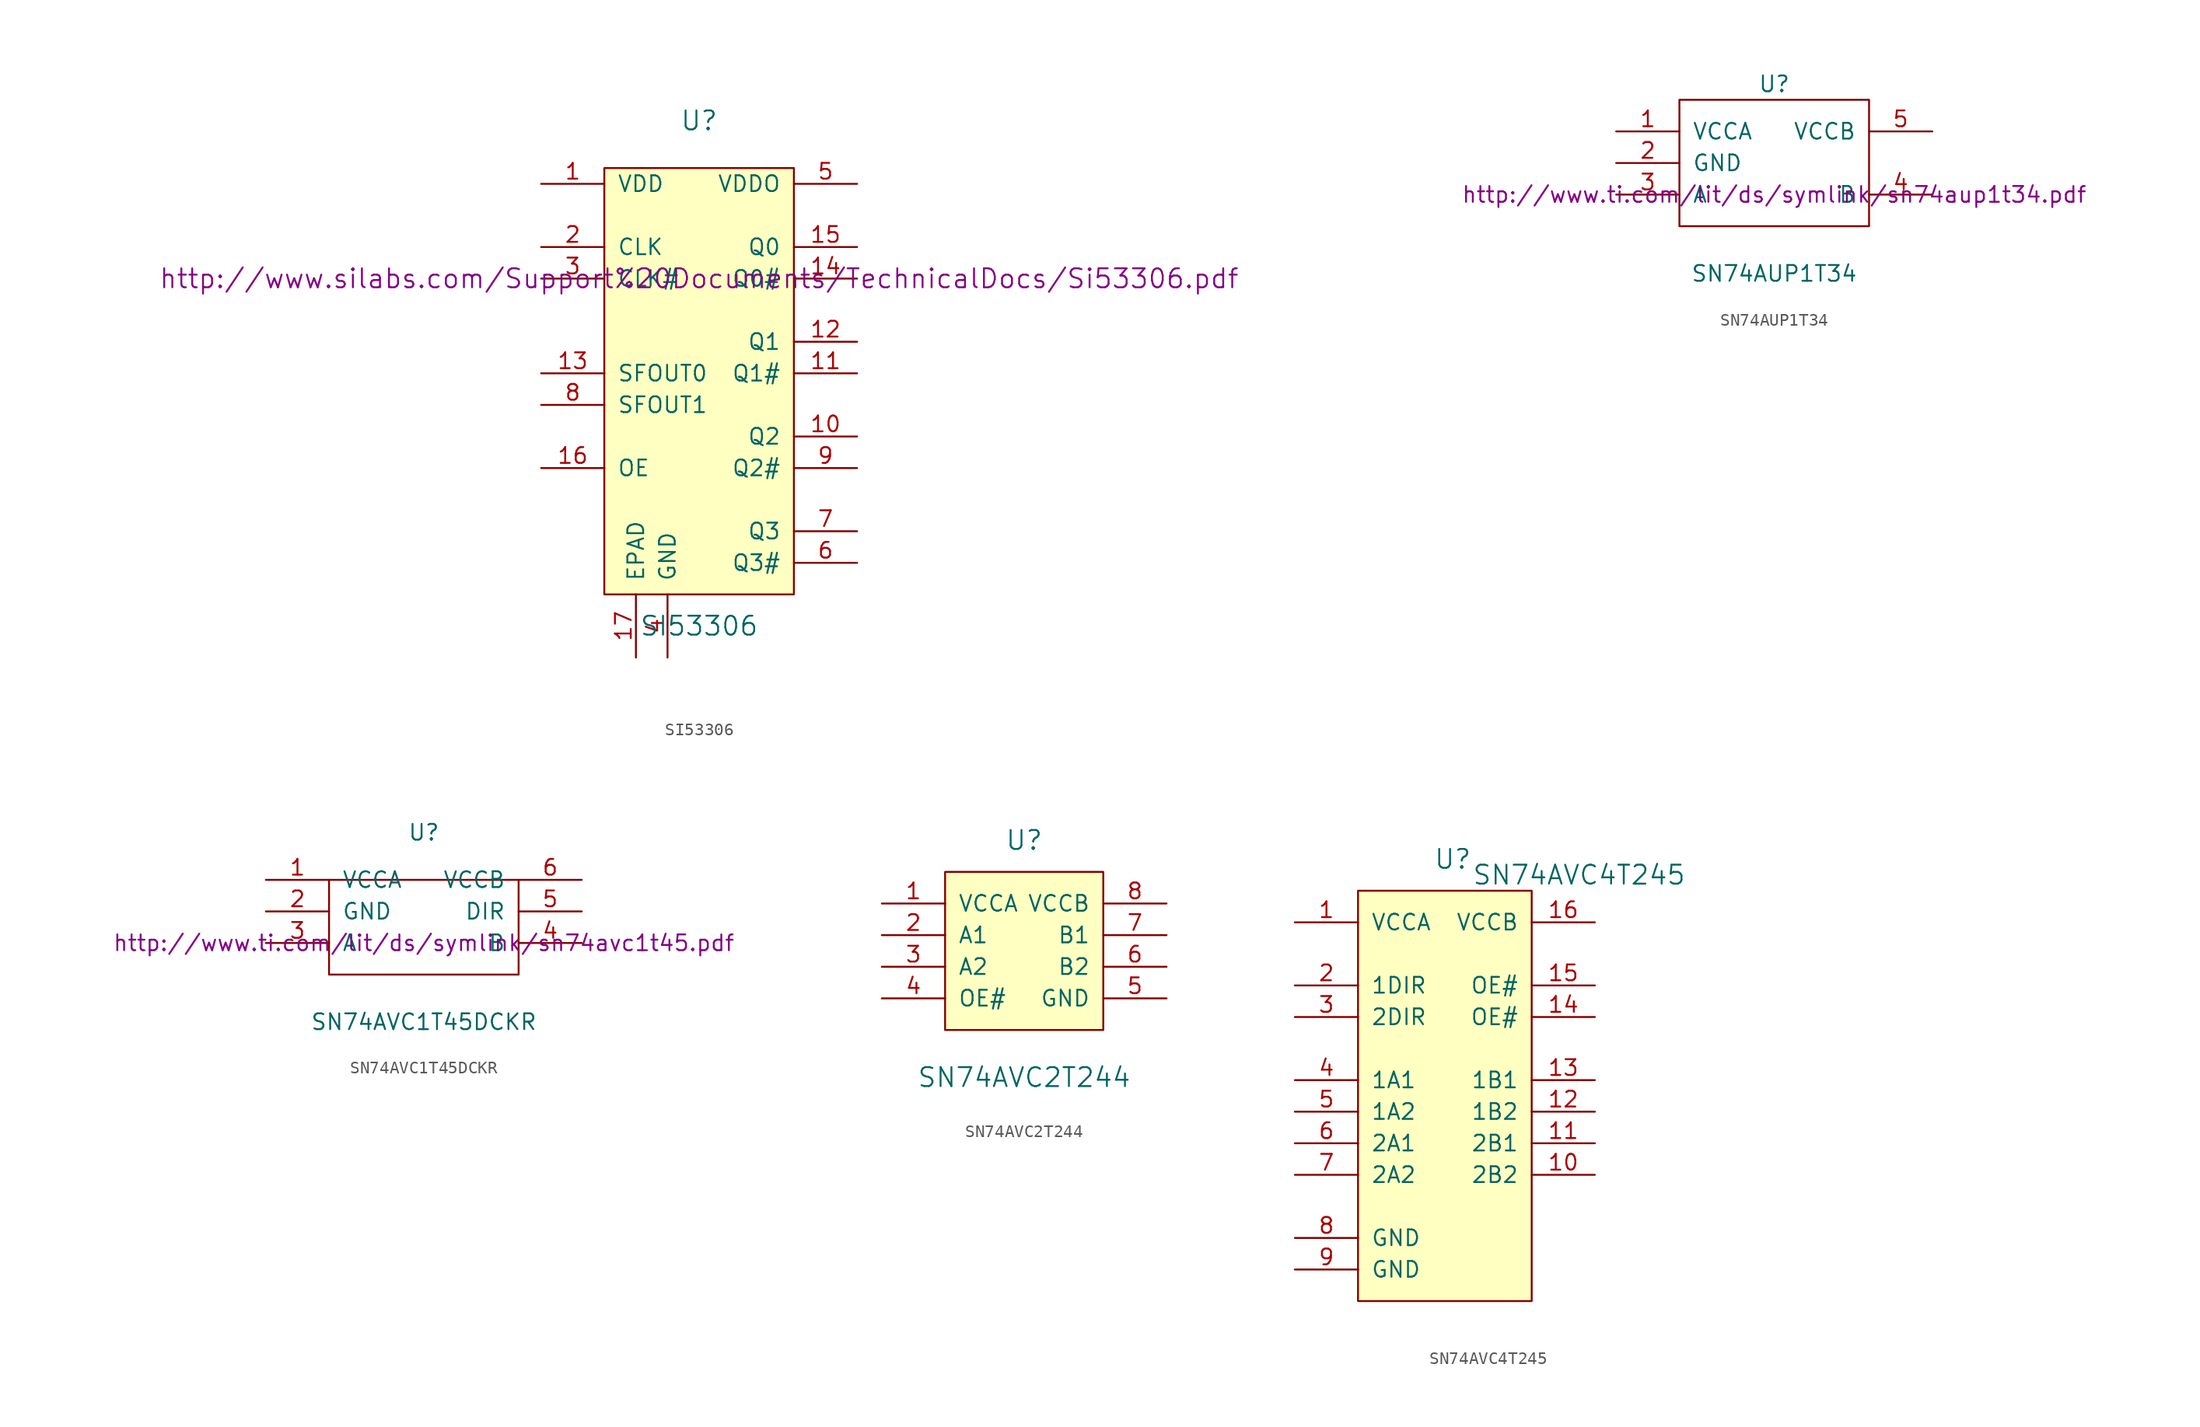
<source format=kicad_sym>
(kicad_symbol_lib
  (version 20201005)
  (generator kicad_symbol_editor)
  (symbol "voltage_translators:SI53306"
    (pin_names
      (offset 1.016))
    (property "Reference" "U"
      (at 0 22.86 0)
      (effects (font (size 1.524 1.524))))
    (property "Value" "SI53306"
      (at 0 -17.78 0)
      (effects (font (size 1.524 1.524))))
    (property "Footprint" ""
      (at 0 10.16 0)
      (effects (font (size 1.524 1.524))))
    (property "Datasheet" "http://www.silabs.com/Support%20Documents/TechnicalDocs/Si53306.pdf"
      (at 0 10.16 0)
      (effects (font (size 1.524 1.524))))
    (symbol "SI53306_0_1"
      (rectangle (start -7.62 19.05) (end 7.62 -15.24) (stroke (width 0)) (fill (type background))))
    (symbol "SI53306_1_1"
      (pin input line (at -12.7 17.78 0) (length 5.08) (name "VDD" (effects (font (size 1.27 1.27)))) (number "1" (effects (font (size 1.27 1.27)))))
      (pin input line (at 12.7 -2.54 180) (length 5.08) (name "Q2" (effects (font (size 1.27 1.27)))) (number "10" (effects (font (size 1.27 1.27)))))
      (pin input line (at 12.7 2.54 180) (length 5.08) (name "Q1#" (effects (font (size 1.27 1.27)))) (number "11" (effects (font (size 1.27 1.27)))))
      (pin input line (at 12.7 5.08 180) (length 5.08) (name "Q1" (effects (font (size 1.27 1.27)))) (number "12" (effects (font (size 1.27 1.27)))))
      (pin input line (at -12.7 2.54 0) (length 5.08) (name "SFOUT0" (effects (font (size 1.27 1.27)))) (number "13" (effects (font (size 1.27 1.27)))))
      (pin input line (at 12.7 10.16 180) (length 5.08) (name "Q0#" (effects (font (size 1.27 1.27)))) (number "14" (effects (font (size 1.27 1.27)))))
      (pin input line (at 12.7 12.7 180) (length 5.08) (name "Q0" (effects (font (size 1.27 1.27)))) (number "15" (effects (font (size 1.27 1.27)))))
      (pin input line (at -12.7 -5.08 0) (length 5.08) (name "OE" (effects (font (size 1.27 1.27)))) (number "16" (effects (font (size 1.27 1.27)))))
      (pin input line (at -5.08 -20.32 90) (length 5.08) (name "EPAD" (effects (font (size 1.27 1.27)))) (number "17" (effects (font (size 1.27 1.27)))))
      (pin input line (at -12.7 12.7 0) (length 5.08) (name "CLK" (effects (font (size 1.27 1.27)))) (number "2" (effects (font (size 1.27 1.27)))))
      (pin input line (at -12.7 10.16 0) (length 5.08) (name "CLK#" (effects (font (size 1.27 1.27)))) (number "3" (effects (font (size 1.27 1.27)))))
      (pin input line (at -2.54 -20.32 90) (length 5.08) (name "GND" (effects (font (size 1.27 1.27)))) (number "4" (effects (font (size 1.27 1.27)))))
      (pin input line (at 12.7 17.78 180) (length 5.08) (name "VDDO" (effects (font (size 1.27 1.27)))) (number "5" (effects (font (size 1.27 1.27)))))
      (pin input line (at 12.7 -12.7 180) (length 5.08) (name "Q3#" (effects (font (size 1.27 1.27)))) (number "6" (effects (font (size 1.27 1.27)))))
      (pin input line (at 12.7 -10.16 180) (length 5.08) (name "Q3" (effects (font (size 1.27 1.27)))) (number "7" (effects (font (size 1.27 1.27)))))
      (pin input line (at -12.7 0 0) (length 5.08) (name "SFOUT1" (effects (font (size 1.27 1.27)))) (number "8" (effects (font (size 1.27 1.27)))))
      (pin input line (at 12.7 -5.08 180) (length 5.08) (name "Q2#" (effects (font (size 1.27 1.27)))) (number "9" (effects (font (size 1.27 1.27)))))))
  (symbol "voltage_translators:SN74AUP1T34"
    (pin_names
      (offset 1.016))
    (property "Reference" "U"
      (at 0 6.35 0)
      (effects (font (size 1.27 1.27))))
    (property "Value" "SN74AUP1T34"
      (at 0 -8.89 0)
      (effects (font (size 1.27 1.27))))
    (property "Footprint" ""
      (at 0 -2.54 0)
      (effects (font (size 1.27 1.27))))
    (property "Datasheet" "http://www.ti.com/lit/ds/symlink/sn74aup1t34.pdf"
      (at 0 -2.54 0)
      (effects (font (size 1.27 1.27))))
    (symbol "SN74AUP1T34_0_1"
      (rectangle (start -7.62 5.08) (end 7.62 -5.08) (stroke (width 0)) (fill (type none))))
    (symbol "SN74AUP1T34_1_1"
      (pin input line (at -12.7 2.54 0) (length 5.08) (name "VCCA" (effects (font (size 1.27 1.27)))) (number "1" (effects (font (size 1.27 1.27)))))
      (pin input line (at -12.7 0 0) (length 5.08) (name "GND" (effects (font (size 1.27 1.27)))) (number "2" (effects (font (size 1.27 1.27)))))
      (pin input line (at -12.7 -2.54 0) (length 5.08) (name "A" (effects (font (size 1.27 1.27)))) (number "3" (effects (font (size 1.27 1.27)))))
      (pin input line (at 12.7 -2.54 180) (length 5.08) (name "B" (effects (font (size 1.27 1.27)))) (number "4" (effects (font (size 1.27 1.27)))))
      (pin input line (at 12.7 2.54 180) (length 5.08) (name "VCCB" (effects (font (size 1.27 1.27)))) (number "5" (effects (font (size 1.27 1.27)))))))
  (symbol "voltage_translators:SN74AVC1T45DCKR"
    (pin_names
      (offset 1.016))
    (property "Reference" "U"
      (at 0 6.35 0)
      (effects (font (size 1.27 1.27))))
    (property "Value" "SN74AVC1T45DCKR"
      (at 0 -8.89 0)
      (effects (font (size 1.27 1.27))))
    (property "Footprint" ""
      (at 0 -2.54 0)
      (effects (font (size 1.27 1.27))))
    (property "Datasheet" "http://www.ti.com/lit/ds/symlink/sn74avc1t45.pdf"
      (at 0 -2.54 0)
      (effects (font (size 1.27 1.27))))
    (symbol "SN74AVC1T45DCKR_0_1"
      (rectangle (start -7.62 2.54) (end 7.62 -5.08) (stroke (width 0)) (fill (type none))))
    (symbol "SN74AVC1T45DCKR_1_1"
      (pin input line (at -12.7 2.54 0) (length 5.08) (name "VCCA" (effects (font (size 1.27 1.27)))) (number "1" (effects (font (size 1.27 1.27)))))
      (pin input line (at -12.7 0 0) (length 5.08) (name "GND" (effects (font (size 1.27 1.27)))) (number "2" (effects (font (size 1.27 1.27)))))
      (pin input line (at -12.7 -2.54 0) (length 5.08) (name "A" (effects (font (size 1.27 1.27)))) (number "3" (effects (font (size 1.27 1.27)))))
      (pin input line (at 12.7 -2.54 180) (length 5.08) (name "B" (effects (font (size 1.27 1.27)))) (number "4" (effects (font (size 1.27 1.27)))))
      (pin input line (at 12.7 0 180) (length 5.08) (name "DIR" (effects (font (size 1.27 1.27)))) (number "5" (effects (font (size 1.27 1.27)))))
      (pin input line (at 12.7 2.54 180) (length 5.08) (name "VCCB" (effects (font (size 1.27 1.27)))) (number "6" (effects (font (size 1.27 1.27)))))))
  (symbol "voltage_translators:SN74AVC2T244"
    (pin_names
      (offset 1.016))
    (property "Reference" "U"
      (at 0 10.16 0)
      (effects (font (size 1.524 1.524))))
    (property "Value" "SN74AVC2T244"
      (at 0 -8.89 0)
      (effects (font (size 1.524 1.524))))
    (symbol "SN74AVC2T244_0_1"
      (rectangle (start -6.35 7.62) (end 6.35 -5.08) (stroke (width 0)) (fill (type background))))
    (symbol "SN74AVC2T244_1_1"
      (pin input line (at -11.43 5.08 0) (length 5.08) (name "VCCA" (effects (font (size 1.27 1.27)))) (number "1" (effects (font (size 1.27 1.27)))))
      (pin input line (at -11.43 2.54 0) (length 5.08) (name "A1" (effects (font (size 1.27 1.27)))) (number "2" (effects (font (size 1.27 1.27)))))
      (pin input line (at -11.43 0 0) (length 5.08) (name "A2" (effects (font (size 1.27 1.27)))) (number "3" (effects (font (size 1.27 1.27)))))
      (pin input line (at -11.43 -2.54 0) (length 5.08) (name "OE#" (effects (font (size 1.27 1.27)))) (number "4" (effects (font (size 1.27 1.27)))))
      (pin input line (at 11.43 -2.54 180) (length 5.08) (name "GND" (effects (font (size 1.27 1.27)))) (number "5" (effects (font (size 1.27 1.27)))))
      (pin input line (at 11.43 0 180) (length 5.08) (name "B2" (effects (font (size 1.27 1.27)))) (number "6" (effects (font (size 1.27 1.27)))))
      (pin input line (at 11.43 2.54 180) (length 5.08) (name "B1" (effects (font (size 1.27 1.27)))) (number "7" (effects (font (size 1.27 1.27)))))
      (pin input line (at 11.43 5.08 180) (length 5.08) (name "VCCB" (effects (font (size 1.27 1.27)))) (number "8" (effects (font (size 1.27 1.27)))))))
  (symbol "voltage_translators:SN74AVC4T245"
    (pin_names
      (offset 1.016))
    (property "Reference" "U"
      (at 0 25.4 0)
      (effects (font (size 1.524 1.524))))
    (property "Value" "SN74AVC4T245"
      (at 10.16 24.13 0)
      (effects (font (size 1.524 1.524))))
    (property "Footprint" ""
      (at 0 0 0)
      (effects (font (size 1.524 1.524))))
    (property "Datasheet" ""
      (at 0 0 0)
      (effects (font (size 1.524 1.524))))
    (symbol "SN74AVC4T245_0_1"
      (rectangle (start -7.62 22.86) (end 6.35 -10.16) (stroke (width 0)) (fill (type background))))
    (symbol "SN74AVC4T245_1_1"
      (pin input line (at -12.7 20.32 0) (length 5.08) (name "VCCA" (effects (font (size 1.27 1.27)))) (number "1" (effects (font (size 1.27 1.27)))))
      (pin input line (at 11.43 0 180) (length 5.08) (name "2B2" (effects (font (size 1.27 1.27)))) (number "10" (effects (font (size 1.27 1.27)))))
      (pin input line (at 11.43 2.54 180) (length 5.08) (name "2B1" (effects (font (size 1.27 1.27)))) (number "11" (effects (font (size 1.27 1.27)))))
      (pin input line (at 11.43 5.08 180) (length 5.08) (name "1B2" (effects (font (size 1.27 1.27)))) (number "12" (effects (font (size 1.27 1.27)))))
      (pin input line (at 11.43 7.62 180) (length 5.08) (name "1B1" (effects (font (size 1.27 1.27)))) (number "13" (effects (font (size 1.27 1.27)))))
      (pin input line (at 11.43 12.7 180) (length 5.08) (name "OE#" (effects (font (size 1.27 1.27)))) (number "14" (effects (font (size 1.27 1.27)))))
      (pin input line (at 11.43 15.24 180) (length 5.08) (name "OE#" (effects (font (size 1.27 1.27)))) (number "15" (effects (font (size 1.27 1.27)))))
      (pin input line (at 11.43 20.32 180) (length 5.08) (name "VCCB" (effects (font (size 1.27 1.27)))) (number "16" (effects (font (size 1.27 1.27)))))
      (pin input line (at -12.7 15.24 0) (length 5.08) (name "1DIR" (effects (font (size 1.27 1.27)))) (number "2" (effects (font (size 1.27 1.27)))))
      (pin input line (at -12.7 12.7 0) (length 5.08) (name "2DIR" (effects (font (size 1.27 1.27)))) (number "3" (effects (font (size 1.27 1.27)))))
      (pin input line (at -12.7 7.62 0) (length 5.08) (name "1A1" (effects (font (size 1.27 1.27)))) (number "4" (effects (font (size 1.27 1.27)))))
      (pin input line (at -12.7 5.08 0) (length 5.08) (name "1A2" (effects (font (size 1.27 1.27)))) (number "5" (effects (font (size 1.27 1.27)))))
      (pin input line (at -12.7 2.54 0) (length 5.08) (name "2A1" (effects (font (size 1.27 1.27)))) (number "6" (effects (font (size 1.27 1.27)))))
      (pin input line (at -12.7 0 0) (length 5.08) (name "2A2" (effects (font (size 1.27 1.27)))) (number "7" (effects (font (size 1.27 1.27)))))
      (pin input line (at -12.7 -5.08 0) (length 5.08) (name "GND" (effects (font (size 1.27 1.27)))) (number "8" (effects (font (size 1.27 1.27)))))
      (pin input line (at -12.7 -7.62 0) (length 5.08) (name "GND" (effects (font (size 1.27 1.27)))) (number "9" (effects (font (size 1.27 1.27))))))))
</source>
